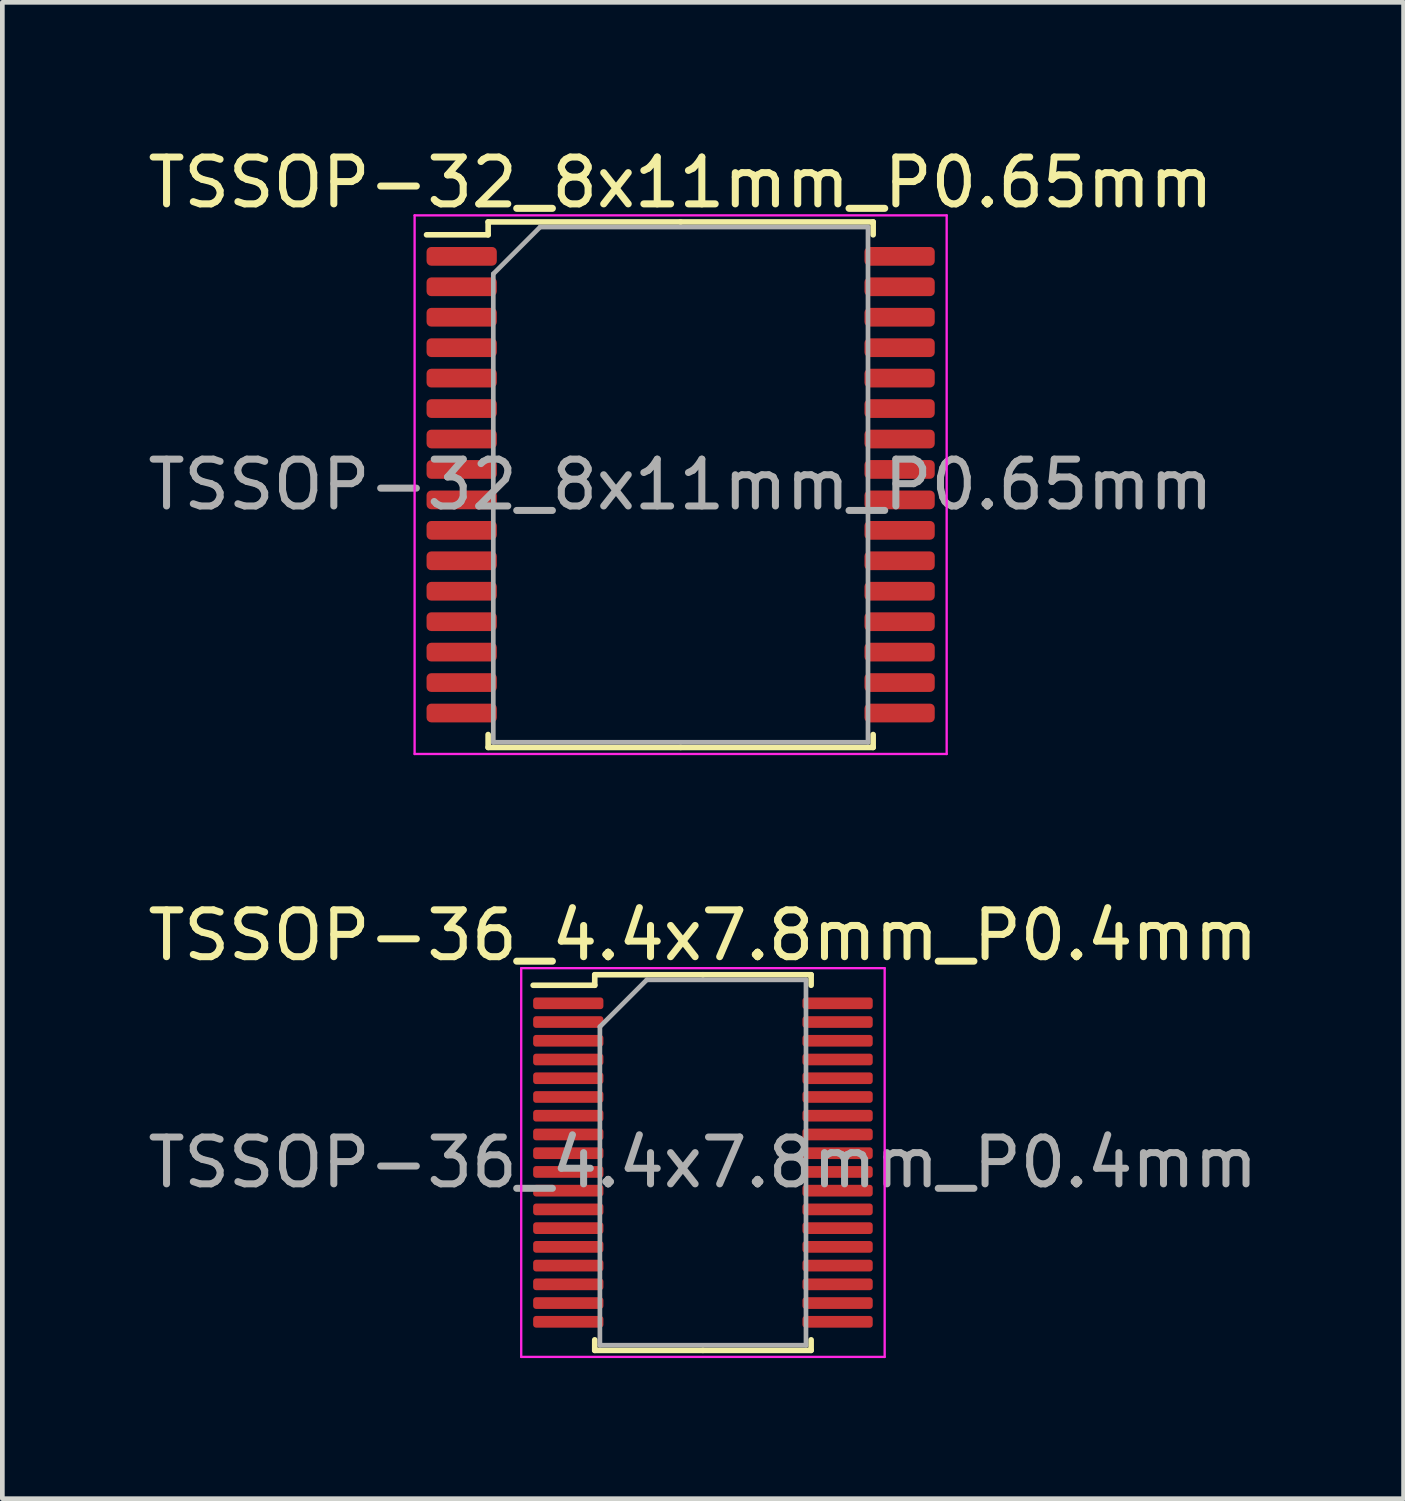
<source format=kicad_pcb>
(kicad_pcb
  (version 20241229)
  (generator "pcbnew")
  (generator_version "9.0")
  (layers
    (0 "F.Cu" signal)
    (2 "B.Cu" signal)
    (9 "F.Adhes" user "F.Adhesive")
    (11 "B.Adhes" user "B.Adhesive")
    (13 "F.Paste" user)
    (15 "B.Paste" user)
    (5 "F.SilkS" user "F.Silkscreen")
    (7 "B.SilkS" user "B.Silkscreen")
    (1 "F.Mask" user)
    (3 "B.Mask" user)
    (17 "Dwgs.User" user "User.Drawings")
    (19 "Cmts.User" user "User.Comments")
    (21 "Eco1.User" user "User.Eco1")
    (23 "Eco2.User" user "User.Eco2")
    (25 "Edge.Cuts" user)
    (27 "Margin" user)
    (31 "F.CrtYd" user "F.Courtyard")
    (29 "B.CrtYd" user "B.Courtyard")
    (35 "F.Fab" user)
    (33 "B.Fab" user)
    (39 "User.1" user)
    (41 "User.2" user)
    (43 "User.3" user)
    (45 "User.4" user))
  (footprint "TSSOP-32_8x11mm_P0.65mm"
    (layer "F.Cu")
    (at 11.482 7.298)
    (property "Reference" "TSSOP-32_8x11mm_P0.65mm" (at 0 -6.45 0) (layer "F.SilkS") (effects (font (size 1 1) (thickness 0.15))))
    (attr smd)
    (fp_line (start -4.11 -5.61) (end -4.11 -5.335) (stroke (width 0.12) (type solid)) (layer "F.SilkS"))
    (fp_line (start -4.11 -5.335) (end -5.425 -5.335) (stroke (width 0.12) (type solid)) (layer "F.SilkS"))
    (fp_line (start -4.11 5.61) (end -4.11 5.335) (stroke (width 0.12) (type solid)) (layer "F.SilkS"))
    (fp_line (start 0 -5.61) (end -4.11 -5.61) (stroke (width 0.12) (type solid)) (layer "F.SilkS"))
    (fp_line (start 0 -5.61) (end 4.11 -5.61) (stroke (width 0.12) (type solid)) (layer "F.SilkS"))
    (fp_line (start 0 5.61) (end -4.11 5.61) (stroke (width 0.12) (type solid)) (layer "F.SilkS"))
    (fp_line (start 0 5.61) (end 4.11 5.61) (stroke (width 0.12) (type solid)) (layer "F.SilkS"))
    (fp_line (start 4.11 -5.61) (end 4.11 -5.335) (stroke (width 0.12) (type solid)) (layer "F.SilkS"))
    (fp_line (start 4.11 5.61) (end 4.11 5.335) (stroke (width 0.12) (type solid)) (layer "F.SilkS"))
    (fp_line (start -5.68 -5.75) (end -5.68 5.75) (stroke (width 0.05) (type solid)) (layer "F.CrtYd"))
    (fp_line (start -5.68 5.75) (end 5.68 5.75) (stroke (width 0.05) (type solid)) (layer "F.CrtYd"))
    (fp_line (start 5.68 -5.75) (end -5.68 -5.75) (stroke (width 0.05) (type solid)) (layer "F.CrtYd"))
    (fp_line (start 5.68 5.75) (end 5.68 -5.75) (stroke (width 0.05) (type solid)) (layer "F.CrtYd"))
    (fp_line (start -4 -4.5) (end -3 -5.5) (stroke (width 0.1) (type solid)) (layer "F.Fab"))
    (fp_line (start -4 5.5) (end -4 -4.5) (stroke (width 0.1) (type solid)) (layer "F.Fab"))
    (fp_line (start -3 -5.5) (end 4 -5.5) (stroke (width 0.1) (type solid)) (layer "F.Fab"))
    (fp_line (start 4 -5.5) (end 4 5.5) (stroke (width 0.1) (type solid)) (layer "F.Fab"))
    (fp_line (start 4 5.5) (end -4 5.5) (stroke (width 0.1) (type solid)) (layer "F.Fab"))
    (fp_text user "${REFERENCE}" (at 0 0 0) (layer "F.Fab") (effects (font (size 1 1) (thickness 0.15))))
    (pad "1" smd roundrect (at -4.675 -4.875) (size 1.5 0.4) (layers "F.Cu" "F.Mask" "F.Paste") (roundrect_rratio 0.25))
    (pad "2" smd roundrect (at -4.675 -4.225) (size 1.5 0.4) (layers "F.Cu" "F.Mask" "F.Paste") (roundrect_rratio 0.25))
    (pad "3" smd roundrect (at -4.675 -3.575) (size 1.5 0.4) (layers "F.Cu" "F.Mask" "F.Paste") (roundrect_rratio 0.25))
    (pad "4" smd roundrect (at -4.675 -2.925) (size 1.5 0.4) (layers "F.Cu" "F.Mask" "F.Paste") (roundrect_rratio 0.25))
    (pad "5" smd roundrect (at -4.675 -2.275) (size 1.5 0.4) (layers "F.Cu" "F.Mask" "F.Paste") (roundrect_rratio 0.25))
    (pad "6" smd roundrect (at -4.675 -1.625) (size 1.5 0.4) (layers "F.Cu" "F.Mask" "F.Paste") (roundrect_rratio 0.25))
    (pad "7" smd roundrect (at -4.675 -0.975) (size 1.5 0.4) (layers "F.Cu" "F.Mask" "F.Paste") (roundrect_rratio 0.25))
    (pad "8" smd roundrect (at -4.675 -0.325) (size 1.5 0.4) (layers "F.Cu" "F.Mask" "F.Paste") (roundrect_rratio 0.25))
    (pad "9" smd roundrect (at -4.675 0.325) (size 1.5 0.4) (layers "F.Cu" "F.Mask" "F.Paste") (roundrect_rratio 0.25))
    (pad "10" smd roundrect (at -4.675 0.975) (size 1.5 0.4) (layers "F.Cu" "F.Mask" "F.Paste") (roundrect_rratio 0.25))
    (pad "11" smd roundrect (at -4.675 1.625) (size 1.5 0.4) (layers "F.Cu" "F.Mask" "F.Paste") (roundrect_rratio 0.25))
    (pad "12" smd roundrect (at -4.675 2.275) (size 1.5 0.4) (layers "F.Cu" "F.Mask" "F.Paste") (roundrect_rratio 0.25))
    (pad "13" smd roundrect (at -4.675 2.925) (size 1.5 0.4) (layers "F.Cu" "F.Mask" "F.Paste") (roundrect_rratio 0.25))
    (pad "14" smd roundrect (at -4.675 3.575) (size 1.5 0.4) (layers "F.Cu" "F.Mask" "F.Paste") (roundrect_rratio 0.25))
    (pad "15" smd roundrect (at -4.675 4.225) (size 1.5 0.4) (layers "F.Cu" "F.Mask" "F.Paste") (roundrect_rratio 0.25))
    (pad "16" smd roundrect (at -4.675 4.875) (size 1.5 0.4) (layers "F.Cu" "F.Mask" "F.Paste") (roundrect_rratio 0.25))
    (pad "17" smd roundrect (at 4.675 4.875) (size 1.5 0.4) (layers "F.Cu" "F.Mask" "F.Paste") (roundrect_rratio 0.25))
    (pad "18" smd roundrect (at 4.675 4.225) (size 1.5 0.4) (layers "F.Cu" "F.Mask" "F.Paste") (roundrect_rratio 0.25))
    (pad "19" smd roundrect (at 4.675 3.575) (size 1.5 0.4) (layers "F.Cu" "F.Mask" "F.Paste") (roundrect_rratio 0.25))
    (pad "20" smd roundrect (at 4.675 2.925) (size 1.5 0.4) (layers "F.Cu" "F.Mask" "F.Paste") (roundrect_rratio 0.25))
    (pad "21" smd roundrect (at 4.675 2.275) (size 1.5 0.4) (layers "F.Cu" "F.Mask" "F.Paste") (roundrect_rratio 0.25))
    (pad "22" smd roundrect (at 4.675 1.625) (size 1.5 0.4) (layers "F.Cu" "F.Mask" "F.Paste") (roundrect_rratio 0.25))
    (pad "23" smd roundrect (at 4.675 0.975) (size 1.5 0.4) (layers "F.Cu" "F.Mask" "F.Paste") (roundrect_rratio 0.25))
    (pad "24" smd roundrect (at 4.675 0.325) (size 1.5 0.4) (layers "F.Cu" "F.Mask" "F.Paste") (roundrect_rratio 0.25))
    (pad "25" smd roundrect (at 4.675 -0.325) (size 1.5 0.4) (layers "F.Cu" "F.Mask" "F.Paste") (roundrect_rratio 0.25))
    (pad "26" smd roundrect (at 4.675 -0.975) (size 1.5 0.4) (layers "F.Cu" "F.Mask" "F.Paste") (roundrect_rratio 0.25))
    (pad "27" smd roundrect (at 4.675 -1.625) (size 1.5 0.4) (layers "F.Cu" "F.Mask" "F.Paste") (roundrect_rratio 0.25))
    (pad "28" smd roundrect (at 4.675 -2.275) (size 1.5 0.4) (layers "F.Cu" "F.Mask" "F.Paste") (roundrect_rratio 0.25))
    (pad "29" smd roundrect (at 4.675 -2.925) (size 1.5 0.4) (layers "F.Cu" "F.Mask" "F.Paste") (roundrect_rratio 0.25))
    (pad "30" smd roundrect (at 4.675 -3.575) (size 1.5 0.4) (layers "F.Cu" "F.Mask" "F.Paste") (roundrect_rratio 0.25))
    (pad "31" smd roundrect (at 4.675 -4.225) (size 1.5 0.4) (layers "F.Cu" "F.Mask" "F.Paste") (roundrect_rratio 0.25))
    (pad "32" smd roundrect (at 4.675 -4.875) (size 1.5 0.4) (layers "F.Cu" "F.Mask" "F.Paste") (roundrect_rratio 0.25)))
  (footprint "TSSOP-36_4.4x7.8mm_P0.4mm"
    (layer "F.Cu")
    (at 11.958 21.771)
    (property "Reference" "TSSOP-36_4.4x7.8mm_P0.4mm" (at 0 -4.85 0) (layer "F.SilkS") (effects (font (size 1 1) (thickness 0.15))))
    (attr smd)
    (fp_line (start -2.31 -4.01) (end -2.31 -3.785) (stroke (width 0.12) (type solid)) (layer "F.SilkS"))
    (fp_line (start -2.31 -3.785) (end -3.625 -3.785) (stroke (width 0.12) (type solid)) (layer "F.SilkS"))
    (fp_line (start -2.31 4.01) (end -2.31 3.785) (stroke (width 0.12) (type solid)) (layer "F.SilkS"))
    (fp_line (start 0 -4.01) (end -2.31 -4.01) (stroke (width 0.12) (type solid)) (layer "F.SilkS"))
    (fp_line (start 0 -4.01) (end 2.31 -4.01) (stroke (width 0.12) (type solid)) (layer "F.SilkS"))
    (fp_line (start 0 4.01) (end -2.31 4.01) (stroke (width 0.12) (type solid)) (layer "F.SilkS"))
    (fp_line (start 0 4.01) (end 2.31 4.01) (stroke (width 0.12) (type solid)) (layer "F.SilkS"))
    (fp_line (start 2.31 -4.01) (end 2.31 -3.785) (stroke (width 0.12) (type solid)) (layer "F.SilkS"))
    (fp_line (start 2.31 4.01) (end 2.31 3.785) (stroke (width 0.12) (type solid)) (layer "F.SilkS"))
    (fp_line (start -3.88 -4.15) (end -3.88 4.15) (stroke (width 0.05) (type solid)) (layer "F.CrtYd"))
    (fp_line (start -3.88 4.15) (end 3.88 4.15) (stroke (width 0.05) (type solid)) (layer "F.CrtYd"))
    (fp_line (start 3.88 -4.15) (end -3.88 -4.15) (stroke (width 0.05) (type solid)) (layer "F.CrtYd"))
    (fp_line (start 3.88 4.15) (end 3.88 -4.15) (stroke (width 0.05) (type solid)) (layer "F.CrtYd"))
    (fp_line (start -2.2 -2.9) (end -1.2 -3.9) (stroke (width 0.1) (type solid)) (layer "F.Fab"))
    (fp_line (start -2.2 3.9) (end -2.2 -2.9) (stroke (width 0.1) (type solid)) (layer "F.Fab"))
    (fp_line (start -1.2 -3.9) (end 2.2 -3.9) (stroke (width 0.1) (type solid)) (layer "F.Fab"))
    (fp_line (start 2.2 -3.9) (end 2.2 3.9) (stroke (width 0.1) (type solid)) (layer "F.Fab"))
    (fp_line (start 2.2 3.9) (end -2.2 3.9) (stroke (width 0.1) (type solid)) (layer "F.Fab"))
    (fp_text user "${REFERENCE}" (at 0 0 0) (layer "F.Fab") (effects (font (size 1 1) (thickness 0.15))))
    (pad "1" smd roundrect (at -2.875 -3.4) (size 1.5 0.25) (layers "F.Cu" "F.Mask" "F.Paste") (roundrect_rratio 0.25))
    (pad "2" smd roundrect (at -2.875 -3) (size 1.5 0.25) (layers "F.Cu" "F.Mask" "F.Paste") (roundrect_rratio 0.25))
    (pad "3" smd roundrect (at -2.875 -2.6) (size 1.5 0.25) (layers "F.Cu" "F.Mask" "F.Paste") (roundrect_rratio 0.25))
    (pad "4" smd roundrect (at -2.875 -2.2) (size 1.5 0.25) (layers "F.Cu" "F.Mask" "F.Paste") (roundrect_rratio 0.25))
    (pad "5" smd roundrect (at -2.875 -1.8) (size 1.5 0.25) (layers "F.Cu" "F.Mask" "F.Paste") (roundrect_rratio 0.25))
    (pad "6" smd roundrect (at -2.875 -1.4) (size 1.5 0.25) (layers "F.Cu" "F.Mask" "F.Paste") (roundrect_rratio 0.25))
    (pad "7" smd roundrect (at -2.875 -1) (size 1.5 0.25) (layers "F.Cu" "F.Mask" "F.Paste") (roundrect_rratio 0.25))
    (pad "8" smd roundrect (at -2.875 -0.6) (size 1.5 0.25) (layers "F.Cu" "F.Mask" "F.Paste") (roundrect_rratio 0.25))
    (pad "9" smd roundrect (at -2.875 -0.2) (size 1.5 0.25) (layers "F.Cu" "F.Mask" "F.Paste") (roundrect_rratio 0.25))
    (pad "10" smd roundrect (at -2.875 0.2) (size 1.5 0.25) (layers "F.Cu" "F.Mask" "F.Paste") (roundrect_rratio 0.25))
    (pad "11" smd roundrect (at -2.875 0.6) (size 1.5 0.25) (layers "F.Cu" "F.Mask" "F.Paste") (roundrect_rratio 0.25))
    (pad "12" smd roundrect (at -2.875 1) (size 1.5 0.25) (layers "F.Cu" "F.Mask" "F.Paste") (roundrect_rratio 0.25))
    (pad "13" smd roundrect (at -2.875 1.4) (size 1.5 0.25) (layers "F.Cu" "F.Mask" "F.Paste") (roundrect_rratio 0.25))
    (pad "14" smd roundrect (at -2.875 1.8) (size 1.5 0.25) (layers "F.Cu" "F.Mask" "F.Paste") (roundrect_rratio 0.25))
    (pad "15" smd roundrect (at -2.875 2.2) (size 1.5 0.25) (layers "F.Cu" "F.Mask" "F.Paste") (roundrect_rratio 0.25))
    (pad "16" smd roundrect (at -2.875 2.6) (size 1.5 0.25) (layers "F.Cu" "F.Mask" "F.Paste") (roundrect_rratio 0.25))
    (pad "17" smd roundrect (at -2.875 3) (size 1.5 0.25) (layers "F.Cu" "F.Mask" "F.Paste") (roundrect_rratio 0.25))
    (pad "18" smd roundrect (at -2.875 3.4) (size 1.5 0.25) (layers "F.Cu" "F.Mask" "F.Paste") (roundrect_rratio 0.25))
    (pad "19" smd roundrect (at 2.875 3.4) (size 1.5 0.25) (layers "F.Cu" "F.Mask" "F.Paste") (roundrect_rratio 0.25))
    (pad "20" smd roundrect (at 2.875 3) (size 1.5 0.25) (layers "F.Cu" "F.Mask" "F.Paste") (roundrect_rratio 0.25))
    (pad "21" smd roundrect (at 2.875 2.6) (size 1.5 0.25) (layers "F.Cu" "F.Mask" "F.Paste") (roundrect_rratio 0.25))
    (pad "22" smd roundrect (at 2.875 2.2) (size 1.5 0.25) (layers "F.Cu" "F.Mask" "F.Paste") (roundrect_rratio 0.25))
    (pad "23" smd roundrect (at 2.875 1.8) (size 1.5 0.25) (layers "F.Cu" "F.Mask" "F.Paste") (roundrect_rratio 0.25))
    (pad "24" smd roundrect (at 2.875 1.4) (size 1.5 0.25) (layers "F.Cu" "F.Mask" "F.Paste") (roundrect_rratio 0.25))
    (pad "25" smd roundrect (at 2.875 1) (size 1.5 0.25) (layers "F.Cu" "F.Mask" "F.Paste") (roundrect_rratio 0.25))
    (pad "26" smd roundrect (at 2.875 0.6) (size 1.5 0.25) (layers "F.Cu" "F.Mask" "F.Paste") (roundrect_rratio 0.25))
    (pad "27" smd roundrect (at 2.875 0.2) (size 1.5 0.25) (layers "F.Cu" "F.Mask" "F.Paste") (roundrect_rratio 0.25))
    (pad "28" smd roundrect (at 2.875 -0.2) (size 1.5 0.25) (layers "F.Cu" "F.Mask" "F.Paste") (roundrect_rratio 0.25))
    (pad "29" smd roundrect (at 2.875 -0.6) (size 1.5 0.25) (layers "F.Cu" "F.Mask" "F.Paste") (roundrect_rratio 0.25))
    (pad "30" smd roundrect (at 2.875 -1) (size 1.5 0.25) (layers "F.Cu" "F.Mask" "F.Paste") (roundrect_rratio 0.25))
    (pad "31" smd roundrect (at 2.875 -1.4) (size 1.5 0.25) (layers "F.Cu" "F.Mask" "F.Paste") (roundrect_rratio 0.25))
    (pad "32" smd roundrect (at 2.875 -1.8) (size 1.5 0.25) (layers "F.Cu" "F.Mask" "F.Paste") (roundrect_rratio 0.25))
    (pad "33" smd roundrect (at 2.875 -2.2) (size 1.5 0.25) (layers "F.Cu" "F.Mask" "F.Paste") (roundrect_rratio 0.25))
    (pad "34" smd roundrect (at 2.875 -2.6) (size 1.5 0.25) (layers "F.Cu" "F.Mask" "F.Paste") (roundrect_rratio 0.25))
    (pad "35" smd roundrect (at 2.875 -3) (size 1.5 0.25) (layers "F.Cu" "F.Mask" "F.Paste") (roundrect_rratio 0.25))
    (pad "36" smd roundrect (at 2.875 -3.4) (size 1.5 0.25) (layers "F.Cu" "F.Mask" "F.Paste") (roundrect_rratio 0.25)))
  (gr_rect
    (start -3 -3)
    (end 26.917 28.947)
    (stroke (width 0.1) (type default))
    (fill no)
    (layer "Edge.Cuts")))
</source>
